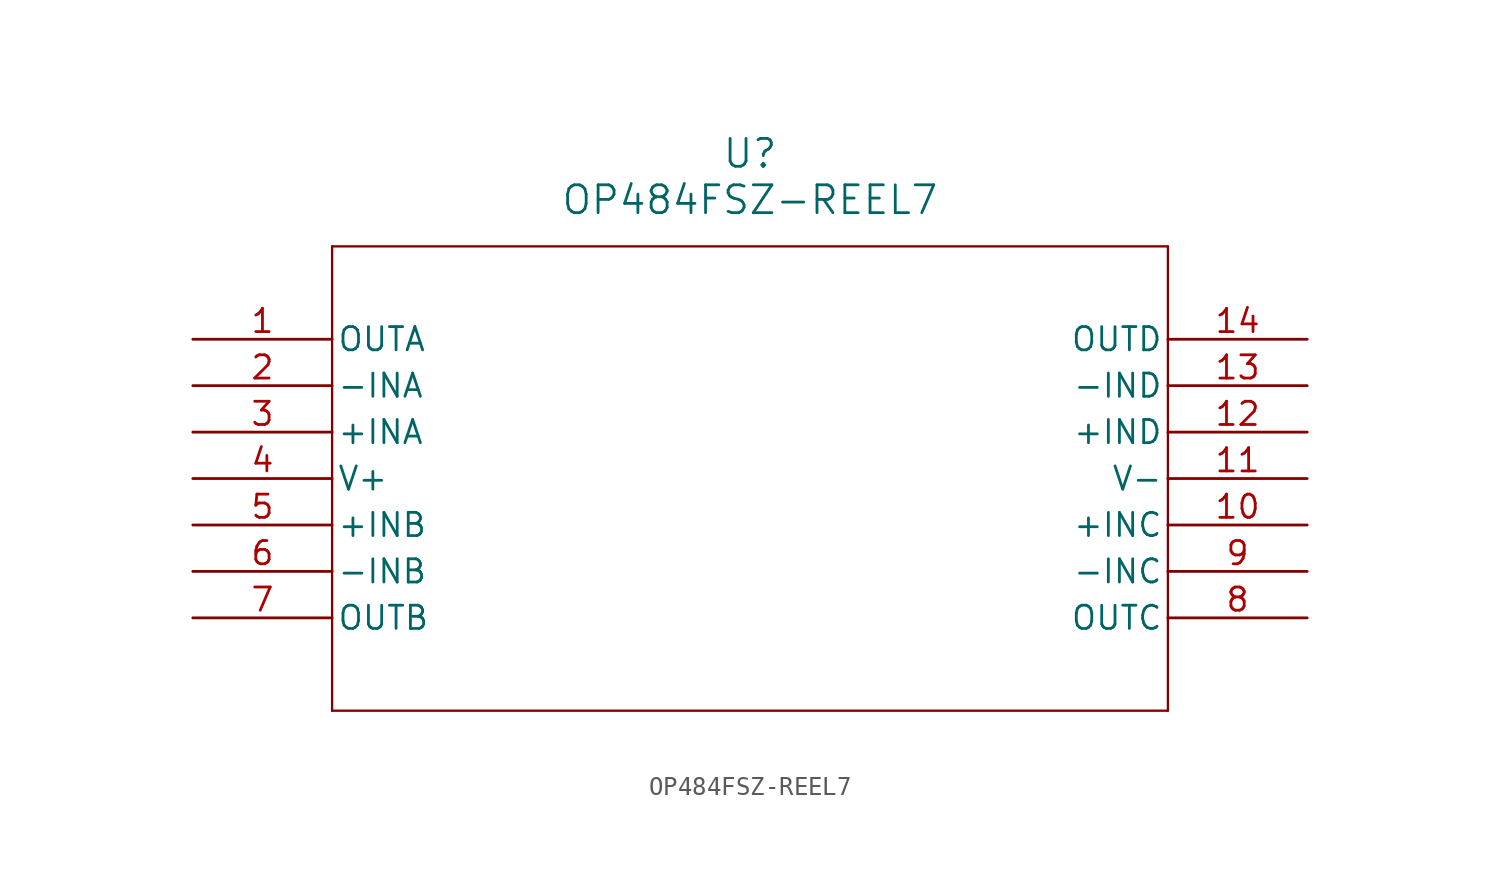
<source format=kicad_sym>
(kicad_symbol_lib
  (version 20211014)
  (generator kicad_symbol_editor)
  (symbol "OP484FSZ-REEL7"
    (pin_names
      (offset 0.254))
    (property "Reference" "U"
      (at 30.48 10.16 0)
      (effects (font (size 1.524 1.524))))
    (property "Value" "OP484FSZ-REEL7"
      (at 30.48 7.62 0)
      (effects (font (size 1.524 1.524))))
    (symbol "OP484FSZ-REEL7_0_1"
      (polyline (pts (xy 7.62 5.08) (xy 7.62 -20.32)) (stroke (width 0.127) (type default) (color 0 0 0 0)) (fill (type none)))
      (polyline (pts (xy 7.62 -20.32) (xy 53.34 -20.32)) (stroke (width 0.127) (type default) (color 0 0 0 0)) (fill (type none)))
      (polyline (pts (xy 53.34 -20.32) (xy 53.34 5.08)) (stroke (width 0.127) (type default) (color 0 0 0 0)) (fill (type none)))
      (polyline (pts (xy 53.34 5.08) (xy 7.62 5.08)) (stroke (width 0.127) (type default) (color 0 0 0 0)) (fill (type none)))
      (pin unspecified line (at 0 0 0) (length 7.62) (name "OUTA" (effects (font (size 1.27 1.27)))) (number "1" (effects (font (size 1.27 1.27)))))
      (pin unspecified line (at 0 -2.54 0) (length 7.62) (name "-INA" (effects (font (size 1.27 1.27)))) (number "2" (effects (font (size 1.27 1.27)))))
      (pin unspecified line (at 0 -5.08 0) (length 7.62) (name "+INA" (effects (font (size 1.27 1.27)))) (number "3" (effects (font (size 1.27 1.27)))))
      (pin power_in line (at 0 -7.62 0) (length 7.62) (name "V+" (effects (font (size 1.27 1.27)))) (number "4" (effects (font (size 1.27 1.27)))))
      (pin unspecified line (at 0 -10.16 0) (length 7.62) (name "+INB" (effects (font (size 1.27 1.27)))) (number "5" (effects (font (size 1.27 1.27)))))
      (pin unspecified line (at 0 -12.7 0) (length 7.62) (name "-INB" (effects (font (size 1.27 1.27)))) (number "6" (effects (font (size 1.27 1.27)))))
      (pin unspecified line (at 0 -15.24 0) (length 7.62) (name "OUTB" (effects (font (size 1.27 1.27)))) (number "7" (effects (font (size 1.27 1.27)))))
      (pin unspecified line (at 60.96 -15.24 180) (length 7.62) (name "OUTC" (effects (font (size 1.27 1.27)))) (number "8" (effects (font (size 1.27 1.27)))))
      (pin unspecified line (at 60.96 -12.7 180) (length 7.62) (name "-INC" (effects (font (size 1.27 1.27)))) (number "9" (effects (font (size 1.27 1.27)))))
      (pin unspecified line (at 60.96 -10.16 180) (length 7.62) (name "+INC" (effects (font (size 1.27 1.27)))) (number "10" (effects (font (size 1.27 1.27)))))
      (pin power_in line (at 60.96 -7.62 180) (length 7.62) (name "V-" (effects (font (size 1.27 1.27)))) (number "11" (effects (font (size 1.27 1.27)))))
      (pin unspecified line (at 60.96 -5.08 180) (length 7.62) (name "+IND" (effects (font (size 1.27 1.27)))) (number "12" (effects (font (size 1.27 1.27)))))
      (pin unspecified line (at 60.96 -2.54 180) (length 7.62) (name "-IND" (effects (font (size 1.27 1.27)))) (number "13" (effects (font (size 1.27 1.27)))))
      (pin unspecified line (at 60.96 0 180) (length 7.62) (name "OUTD" (effects (font (size 1.27 1.27)))) (number "14" (effects (font (size 1.27 1.27))))))))
</source>
